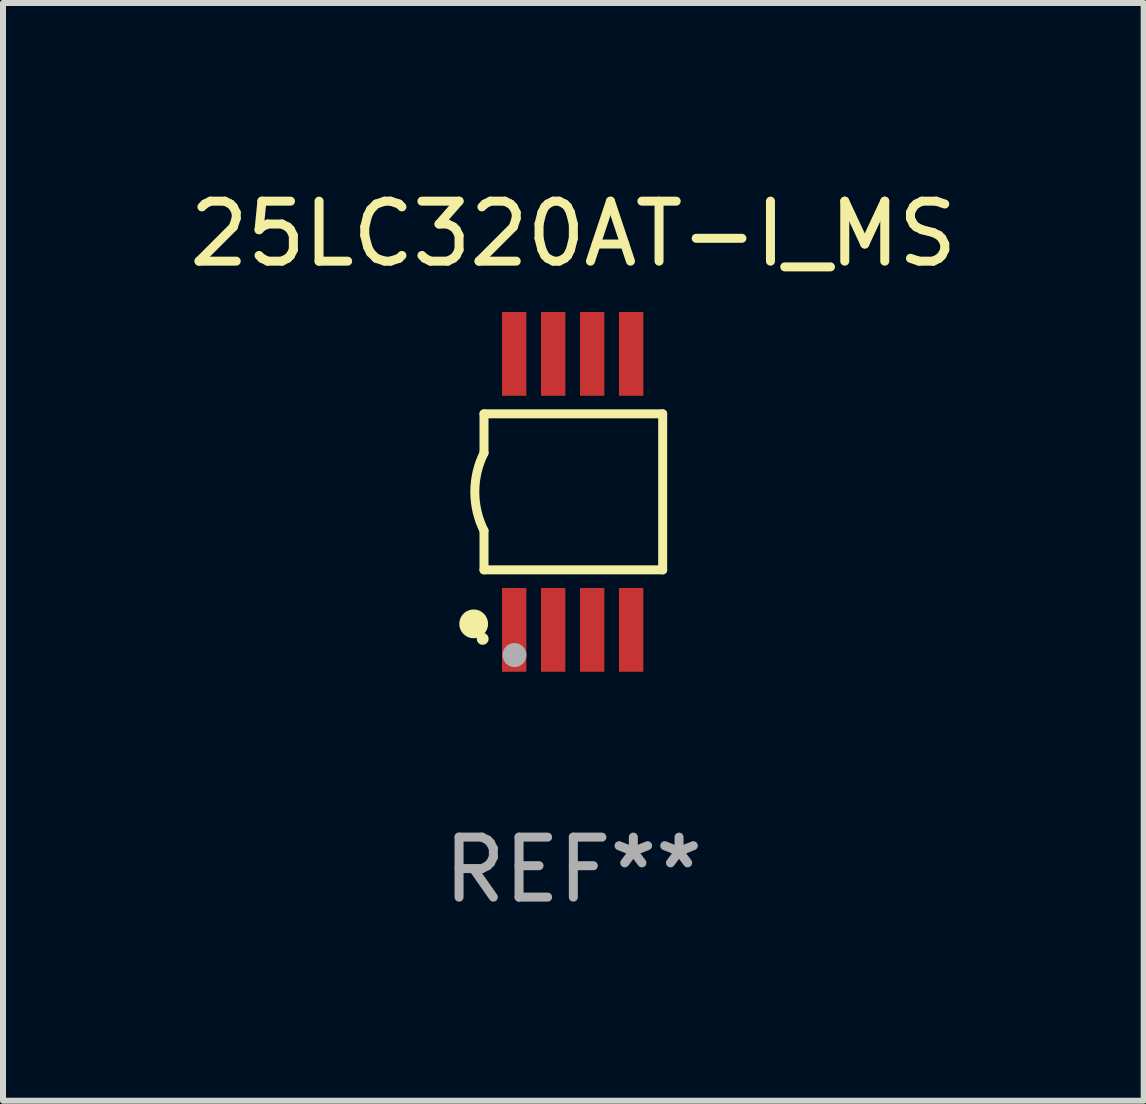
<source format=kicad_pcb>
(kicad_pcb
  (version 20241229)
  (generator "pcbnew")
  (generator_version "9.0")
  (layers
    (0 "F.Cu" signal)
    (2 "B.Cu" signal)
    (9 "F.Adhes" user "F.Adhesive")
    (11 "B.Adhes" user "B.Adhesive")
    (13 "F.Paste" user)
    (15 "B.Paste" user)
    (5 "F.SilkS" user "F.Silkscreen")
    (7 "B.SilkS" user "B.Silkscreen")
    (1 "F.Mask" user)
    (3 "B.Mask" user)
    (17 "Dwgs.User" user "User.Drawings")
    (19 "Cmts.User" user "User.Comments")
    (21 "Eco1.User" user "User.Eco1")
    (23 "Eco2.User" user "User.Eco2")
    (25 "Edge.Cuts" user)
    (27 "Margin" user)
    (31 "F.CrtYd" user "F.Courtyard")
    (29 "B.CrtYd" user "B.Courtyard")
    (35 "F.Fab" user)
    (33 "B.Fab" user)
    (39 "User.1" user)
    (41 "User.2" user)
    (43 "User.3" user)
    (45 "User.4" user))
  (footprint "25LC320AT-I_MS"
    (layer "F.Cu")
    (at 6.506 5.148)
    (property "Reference" "25LC320AT-I_MS" (at 0 -4.3 0) (layer "F.SilkS") (effects (font (size 1 1) (thickness 0.15))))
    (attr through_hole)
    (fp_line (start -1.489 -1.3) (end -1.489 -0.648) (stroke (width 0.15) (type solid)) (layer "F.SilkS"))
    (fp_line (start -1.489 0.648) (end -1.489 1.3) (stroke (width 0.15) (type solid)) (layer "F.SilkS"))
    (fp_line (start -1.489 1.3) (end 1.489 1.3) (stroke (width 0.15) (type solid)) (layer "F.SilkS"))
    (fp_line (start 1.489 -1.3) (end -1.489 -1.3) (stroke (width 0.15) (type solid)) (layer "F.SilkS"))
    (fp_line (start 1.489 1.3) (end 1.489 -1.3) (stroke (width 0.15) (type solid)) (layer "F.SilkS"))
    (fp_arc (start -1.489205 0.647702) (mid -1.642107 0) (end -1.489205 -0.647701) (stroke (width 0.150013) (type solid)) (layer "F.SilkS"))
    (fp_circle (center -1.661 2.2) (end -1.541 2.2) (stroke (width 0.24) (type solid)) (fill no) (layer "F.SilkS"))
    (fp_circle (center -1.511 2.45) (end -1.461 2.45) (stroke (width 0.1) (type solid)) (fill no) (layer "F.SilkS"))
    (fp_circle (center -0.981 2.72) (end -0.881 2.72) (stroke (width 0.2) (type solid)) (fill no) (layer "F.Fab"))
    (fp_text user "REF**" (at 0 6.3 0) (layer "F.Fab") (effects (font (size 1 1) (thickness 0.15))))
    (pad "1" smd rect (at -0.986 2.3) (size 0.406 1.397) (layers "F.Cu" "F.Mask" "F.Paste"))
    (pad "2" smd rect (at -0.336 2.3) (size 0.406 1.397) (layers "F.Cu" "F.Mask" "F.Paste"))
    (pad "3" smd rect (at 0.314 2.3) (size 0.406 1.397) (layers "F.Cu" "F.Mask" "F.Paste"))
    (pad "4" smd rect (at 0.964 2.3) (size 0.406 1.397) (layers "F.Cu" "F.Mask" "F.Paste"))
    (pad "5" smd rect (at 0.964 -2.3) (size 0.406 1.397) (layers "F.Cu" "F.Mask" "F.Paste"))
    (pad "6" smd rect (at 0.314 -2.3) (size 0.406 1.397) (layers "F.Cu" "F.Mask" "F.Paste"))
    (pad "7" smd rect (at -0.336 -2.3) (size 0.406 1.397) (layers "F.Cu" "F.Mask" "F.Paste"))
    (pad "8" smd rect (at -0.986 -2.3) (size 0.406 1.397) (layers "F.Cu" "F.Mask" "F.Paste")))
  (gr_rect
    (start -3 -3)
    (end 16.012 15.296)
    (stroke (width 0.1) (type default))
    (fill no)
    (layer "Edge.Cuts")))
</source>
